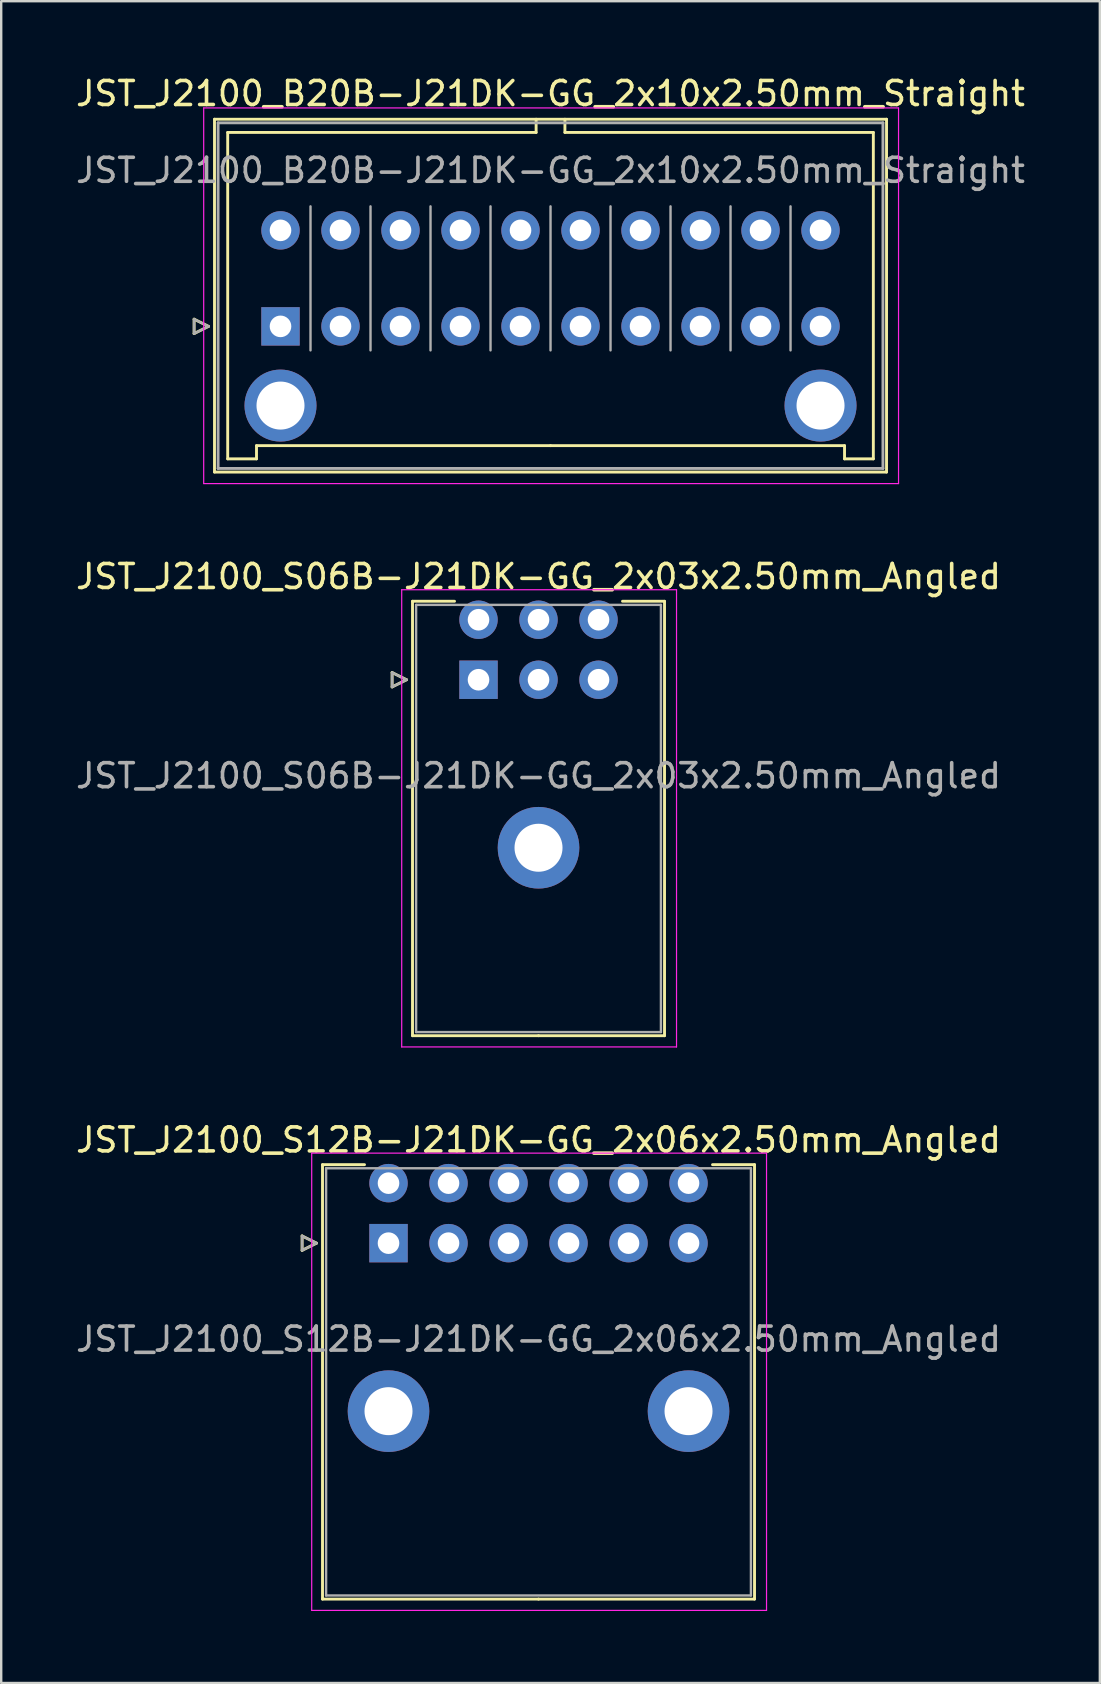
<source format=kicad_pcb>
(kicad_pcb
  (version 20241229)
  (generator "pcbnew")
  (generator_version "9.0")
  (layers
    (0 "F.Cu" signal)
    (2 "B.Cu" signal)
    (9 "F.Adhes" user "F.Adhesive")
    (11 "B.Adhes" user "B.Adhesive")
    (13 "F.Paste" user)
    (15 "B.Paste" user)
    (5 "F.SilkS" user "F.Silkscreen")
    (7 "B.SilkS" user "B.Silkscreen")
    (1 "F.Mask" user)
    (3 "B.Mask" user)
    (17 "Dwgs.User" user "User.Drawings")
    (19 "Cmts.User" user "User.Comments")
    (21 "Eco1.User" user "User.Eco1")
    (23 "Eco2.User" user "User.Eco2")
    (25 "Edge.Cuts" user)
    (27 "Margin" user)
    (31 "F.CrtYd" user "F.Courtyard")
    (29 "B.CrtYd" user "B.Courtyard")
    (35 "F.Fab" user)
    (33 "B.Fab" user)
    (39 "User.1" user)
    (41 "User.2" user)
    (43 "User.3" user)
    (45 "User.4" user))
  (footprint "JST_J2100_B20B-J21DK-GG_2x10x2.50mm_Straight"
    (layer "F.Cu")
    (at 8.637 10.548)
    (property "Reference" "JST_J2100_B20B-J21DK-GG_2x10x2.50mm_Straight" (at 11.25 -9.7 0) (layer "F.SilkS") (effects (font (size 1 1) (thickness 0.15))))
    (attr through_hole)
    (fp_line (start -3.6 -0.3) (end -3 0) (stroke (width 0.12) (type solid)) (layer "F.SilkS"))
    (fp_line (start -3.6 0.3) (end -3.6 -0.3) (stroke (width 0.12) (type solid)) (layer "F.SilkS"))
    (fp_line (start -3 0) (end -3.6 0.3) (stroke (width 0.12) (type solid)) (layer "F.SilkS"))
    (fp_line (start -2.75 -8.63) (end -2.75 6.07) (stroke (width 0.12) (type solid)) (layer "F.SilkS"))
    (fp_line (start -2.75 6.07) (end 25.25 6.07) (stroke (width 0.12) (type solid)) (layer "F.SilkS"))
    (fp_line (start -2.2 -8.08) (end -2.2 5.52) (stroke (width 0.12) (type solid)) (layer "F.SilkS"))
    (fp_line (start -2.2 5.52) (end -1 5.52) (stroke (width 0.12) (type solid)) (layer "F.SilkS"))
    (fp_line (start -1 4.97) (end 11.25 4.97) (stroke (width 0.12) (type solid)) (layer "F.SilkS"))
    (fp_line (start -1 5.52) (end -1 4.97) (stroke (width 0.12) (type solid)) (layer "F.SilkS"))
    (fp_line (start 10.65 -8.63) (end 10.65 -8.08) (stroke (width 0.12) (type solid)) (layer "F.SilkS"))
    (fp_line (start 10.65 -8.08) (end -2.2 -8.08) (stroke (width 0.12) (type solid)) (layer "F.SilkS"))
    (fp_line (start 11.85 -8.63) (end 11.85 -8.08) (stroke (width 0.12) (type solid)) (layer "F.SilkS"))
    (fp_line (start 11.85 -8.08) (end 24.7 -8.08) (stroke (width 0.12) (type solid)) (layer "F.SilkS"))
    (fp_line (start 23.5 4.97) (end 11.25 4.97) (stroke (width 0.12) (type solid)) (layer "F.SilkS"))
    (fp_line (start 23.5 5.52) (end 23.5 4.97) (stroke (width 0.12) (type solid)) (layer "F.SilkS"))
    (fp_line (start 24.7 -8.08) (end 24.7 5.52) (stroke (width 0.12) (type solid)) (layer "F.SilkS"))
    (fp_line (start 24.7 5.52) (end 23.5 5.52) (stroke (width 0.12) (type solid)) (layer "F.SilkS"))
    (fp_line (start 25.25 -8.63) (end -2.75 -8.63) (stroke (width 0.12) (type solid)) (layer "F.SilkS"))
    (fp_line (start 25.25 6.07) (end 25.25 -8.63) (stroke (width 0.12) (type solid)) (layer "F.SilkS"))
    (fp_line (start -3.2 -9.1) (end -3.2 6.55) (stroke (width 0.05) (type solid)) (layer "F.CrtYd"))
    (fp_line (start -3.2 6.55) (end 25.75 6.55) (stroke (width 0.05) (type solid)) (layer "F.CrtYd"))
    (fp_line (start 25.75 -9.1) (end -3.2 -9.1) (stroke (width 0.05) (type solid)) (layer "F.CrtYd"))
    (fp_line (start 25.75 6.55) (end 25.75 -9.1) (stroke (width 0.05) (type solid)) (layer "F.CrtYd"))
    (fp_line (start -3.6 -0.3) (end -3 0) (stroke (width 0.1) (type solid)) (layer "F.Fab"))
    (fp_line (start -3.6 0.3) (end -3.6 -0.3) (stroke (width 0.1) (type solid)) (layer "F.Fab"))
    (fp_line (start -3 0) (end -3.6 0.3) (stroke (width 0.1) (type solid)) (layer "F.Fab"))
    (fp_line (start -2.6 -8.48) (end -2.6 5.92) (stroke (width 0.12) (type solid)) (layer "F.Fab"))
    (fp_line (start -2.6 5.92) (end 25.1 5.92) (stroke (width 0.12) (type solid)) (layer "F.Fab"))
    (fp_line (start 1.25 1) (end 1.25 -5) (stroke (width 0.1) (type solid)) (layer "F.Fab"))
    (fp_line (start 3.75 1) (end 3.75 -5) (stroke (width 0.1) (type solid)) (layer "F.Fab"))
    (fp_line (start 6.25 1) (end 6.25 -5) (stroke (width 0.1) (type solid)) (layer "F.Fab"))
    (fp_line (start 8.75 1) (end 8.75 -5) (stroke (width 0.1) (type solid)) (layer "F.Fab"))
    (fp_line (start 11.25 1) (end 11.25 -5) (stroke (width 0.1) (type solid)) (layer "F.Fab"))
    (fp_line (start 13.75 1) (end 13.75 -5) (stroke (width 0.1) (type solid)) (layer "F.Fab"))
    (fp_line (start 16.25 1) (end 16.25 -5) (stroke (width 0.1) (type solid)) (layer "F.Fab"))
    (fp_line (start 18.75 1) (end 18.75 -5) (stroke (width 0.1) (type solid)) (layer "F.Fab"))
    (fp_line (start 21.25 1) (end 21.25 -5) (stroke (width 0.1) (type solid)) (layer "F.Fab"))
    (fp_line (start 25.1 -8.48) (end -2.6 -8.48) (stroke (width 0.12) (type solid)) (layer "F.Fab"))
    (fp_line (start 25.1 5.92) (end 25.1 -8.48) (stroke (width 0.12) (type solid)) (layer "F.Fab"))
    (fp_text user "${REFERENCE}" (at 11.25 -6.5 0) (layer "F.Fab") (effects (font (size 1 1) (thickness 0.15))))
    (pad "" thru_hole circle (at 0 3.3) (size 3 3) (drill 2) (layers "*.Cu" "*.Mask"))
    (pad "" thru_hole circle (at 22.5 3.3) (size 3 3) (drill 2) (layers "*.Cu" "*.Mask"))
    (pad "1" thru_hole rect (at 0 0) (size 1.6 1.6) (drill 0.9) (layers "*.Cu" "*.Mask"))
    (pad "2" thru_hole circle (at 0 -4) (size 1.6 1.6) (drill 0.9) (layers "*.Cu" "*.Mask"))
    (pad "3" thru_hole circle (at 2.5 0) (size 1.6 1.6) (drill 0.9) (layers "*.Cu" "*.Mask"))
    (pad "4" thru_hole circle (at 2.5 -4) (size 1.6 1.6) (drill 0.9) (layers "*.Cu" "*.Mask"))
    (pad "5" thru_hole circle (at 5 0) (size 1.6 1.6) (drill 0.9) (layers "*.Cu" "*.Mask"))
    (pad "6" thru_hole circle (at 5 -4) (size 1.6 1.6) (drill 0.9) (layers "*.Cu" "*.Mask"))
    (pad "7" thru_hole circle (at 7.5 0) (size 1.6 1.6) (drill 0.9) (layers "*.Cu" "*.Mask"))
    (pad "8" thru_hole circle (at 7.5 -4) (size 1.6 1.6) (drill 0.9) (layers "*.Cu" "*.Mask"))
    (pad "9" thru_hole circle (at 10 0) (size 1.6 1.6) (drill 0.9) (layers "*.Cu" "*.Mask"))
    (pad "10" thru_hole circle (at 10 -4) (size 1.6 1.6) (drill 0.9) (layers "*.Cu" "*.Mask"))
    (pad "11" thru_hole circle (at 12.5 0) (size 1.6 1.6) (drill 0.9) (layers "*.Cu" "*.Mask"))
    (pad "12" thru_hole circle (at 12.5 -4) (size 1.6 1.6) (drill 0.9) (layers "*.Cu" "*.Mask"))
    (pad "13" thru_hole circle (at 15 0) (size 1.6 1.6) (drill 0.9) (layers "*.Cu" "*.Mask"))
    (pad "14" thru_hole circle (at 15 -4) (size 1.6 1.6) (drill 0.9) (layers "*.Cu" "*.Mask"))
    (pad "15" thru_hole circle (at 17.5 0) (size 1.6 1.6) (drill 0.9) (layers "*.Cu" "*.Mask"))
    (pad "16" thru_hole circle (at 17.5 -4) (size 1.6 1.6) (drill 0.9) (layers "*.Cu" "*.Mask"))
    (pad "17" thru_hole circle (at 20 0) (size 1.6 1.6) (drill 0.9) (layers "*.Cu" "*.Mask"))
    (pad "18" thru_hole circle (at 20 -4) (size 1.6 1.6) (drill 0.9) (layers "*.Cu" "*.Mask"))
    (pad "19" thru_hole circle (at 22.5 0) (size 1.6 1.6) (drill 0.9) (layers "*.Cu" "*.Mask"))
    (pad "20" thru_hole circle (at 22.5 -4) (size 1.6 1.6) (drill 0.9) (layers "*.Cu" "*.Mask")))
  (footprint "JST_J2100_S12B-J21DK-GG_2x06x2.50mm_Angled"
    (layer "F.Cu")
    (at 13.137 48.745)
    (property "Reference" "JST_J2100_S12B-J21DK-GG_2x06x2.50mm_Angled" (at 6.25 -4.3 0) (layer "F.SilkS") (effects (font (size 1 1) (thickness 0.15))))
    (attr through_hole)
    (fp_line (start -3.6 -0.3) (end -3 0) (stroke (width 0.12) (type solid)) (layer "F.SilkS"))
    (fp_line (start -3.6 0.3) (end -3.6 -0.3) (stroke (width 0.12) (type solid)) (layer "F.SilkS"))
    (fp_line (start -3 0) (end -3.6 0.3) (stroke (width 0.12) (type solid)) (layer "F.SilkS"))
    (fp_line (start -2.75 -3.27) (end -2.75 14.83) (stroke (width 0.12) (type solid)) (layer "F.SilkS"))
    (fp_line (start -2.75 14.83) (end 6.25 14.83) (stroke (width 0.12) (type solid)) (layer "F.SilkS"))
    (fp_line (start -1 -3.27) (end -2.75 -3.27) (stroke (width 0.12) (type solid)) (layer "F.SilkS"))
    (fp_line (start 13.5 -3.27) (end 15.25 -3.27) (stroke (width 0.12) (type solid)) (layer "F.SilkS"))
    (fp_line (start 15.25 -3.27) (end 15.25 14.83) (stroke (width 0.12) (type solid)) (layer "F.SilkS"))
    (fp_line (start 15.25 14.83) (end 6.25 14.83) (stroke (width 0.12) (type solid)) (layer "F.SilkS"))
    (fp_line (start -3.2 -3.75) (end -3.2 15.3) (stroke (width 0.05) (type solid)) (layer "F.CrtYd"))
    (fp_line (start -3.2 15.3) (end 15.75 15.3) (stroke (width 0.05) (type solid)) (layer "F.CrtYd"))
    (fp_line (start 15.75 -3.75) (end -3.2 -3.75) (stroke (width 0.05) (type solid)) (layer "F.CrtYd"))
    (fp_line (start 15.75 15.3) (end 15.75 -3.75) (stroke (width 0.05) (type solid)) (layer "F.CrtYd"))
    (fp_line (start -3.6 -0.3) (end -3 0) (stroke (width 0.1) (type solid)) (layer "F.Fab"))
    (fp_line (start -3.6 0.3) (end -3.6 -0.3) (stroke (width 0.1) (type solid)) (layer "F.Fab"))
    (fp_line (start -3 0) (end -3.6 0.3) (stroke (width 0.1) (type solid)) (layer "F.Fab"))
    (fp_line (start -2.6 -3.12) (end -2.6 14.68) (stroke (width 0.1) (type solid)) (layer "F.Fab"))
    (fp_line (start -2.6 14.68) (end 15.1 14.68) (stroke (width 0.1) (type solid)) (layer "F.Fab"))
    (fp_line (start 15.1 -3.12) (end -2.6 -3.12) (stroke (width 0.1) (type solid)) (layer "F.Fab"))
    (fp_line (start 15.1 14.68) (end 15.1 -3.12) (stroke (width 0.1) (type solid)) (layer "F.Fab"))
    (fp_text user "${REFERENCE}" (at 6.25 4 0) (layer "F.Fab") (effects (font (size 1 1) (thickness 0.15))))
    (pad "" thru_hole circle (at 0 7) (size 3.4 3.4) (drill 2) (layers "*.Cu" "*.Mask"))
    (pad "" thru_hole circle (at 12.5 7) (size 3.4 3.4) (drill 2) (layers "*.Cu" "*.Mask"))
    (pad "1" thru_hole rect (at 0 0) (size 1.6 1.6) (drill 0.9) (layers "*.Cu" "*.Mask"))
    (pad "2" thru_hole circle (at 0 -2.5) (size 1.6 1.6) (drill 0.9) (layers "*.Cu" "*.Mask"))
    (pad "3" thru_hole circle (at 2.5 0) (size 1.6 1.6) (drill 0.9) (layers "*.Cu" "*.Mask"))
    (pad "4" thru_hole circle (at 2.5 -2.5) (size 1.6 1.6) (drill 0.9) (layers "*.Cu" "*.Mask"))
    (pad "5" thru_hole circle (at 5 0) (size 1.6 1.6) (drill 0.9) (layers "*.Cu" "*.Mask"))
    (pad "6" thru_hole circle (at 5 -2.5) (size 1.6 1.6) (drill 0.9) (layers "*.Cu" "*.Mask"))
    (pad "7" thru_hole circle (at 7.5 0) (size 1.6 1.6) (drill 0.9) (layers "*.Cu" "*.Mask"))
    (pad "8" thru_hole circle (at 7.5 -2.5) (size 1.6 1.6) (drill 0.9) (layers "*.Cu" "*.Mask"))
    (pad "9" thru_hole circle (at 10 0) (size 1.6 1.6) (drill 0.9) (layers "*.Cu" "*.Mask"))
    (pad "10" thru_hole circle (at 10 -2.5) (size 1.6 1.6) (drill 0.9) (layers "*.Cu" "*.Mask"))
    (pad "11" thru_hole circle (at 12.5 0) (size 1.6 1.6) (drill 0.9) (layers "*.Cu" "*.Mask"))
    (pad "12" thru_hole circle (at 12.5 -2.5) (size 1.6 1.6) (drill 0.9) (layers "*.Cu" "*.Mask")))
  (footprint "JST_J2100_S06B-J21DK-GG_2x03x2.50mm_Angled"
    (layer "F.Cu")
    (at 16.887 25.271)
    (property "Reference" "JST_J2100_S06B-J21DK-GG_2x03x2.50mm_Angled" (at 2.5 -4.3 0) (layer "F.SilkS") (effects (font (size 1 1) (thickness 0.15))))
    (attr through_hole)
    (fp_line (start -3.6 -0.3) (end -3 0) (stroke (width 0.12) (type solid)) (layer "F.SilkS"))
    (fp_line (start -3.6 0.3) (end -3.6 -0.3) (stroke (width 0.12) (type solid)) (layer "F.SilkS"))
    (fp_line (start -3 0) (end -3.6 0.3) (stroke (width 0.12) (type solid)) (layer "F.SilkS"))
    (fp_line (start -2.75 -3.27) (end -2.75 14.83) (stroke (width 0.12) (type solid)) (layer "F.SilkS"))
    (fp_line (start -2.75 14.83) (end 2.5 14.83) (stroke (width 0.12) (type solid)) (layer "F.SilkS"))
    (fp_line (start -1 -3.27) (end -2.75 -3.27) (stroke (width 0.12) (type solid)) (layer "F.SilkS"))
    (fp_line (start 6 -3.27) (end 7.75 -3.27) (stroke (width 0.12) (type solid)) (layer "F.SilkS"))
    (fp_line (start 7.75 -3.27) (end 7.75 14.83) (stroke (width 0.12) (type solid)) (layer "F.SilkS"))
    (fp_line (start 7.75 14.83) (end 2.5 14.83) (stroke (width 0.12) (type solid)) (layer "F.SilkS"))
    (fp_line (start -3.2 -3.75) (end -3.2 15.3) (stroke (width 0.05) (type solid)) (layer "F.CrtYd"))
    (fp_line (start -3.2 15.3) (end 8.25 15.3) (stroke (width 0.05) (type solid)) (layer "F.CrtYd"))
    (fp_line (start 8.25 -3.75) (end -3.2 -3.75) (stroke (width 0.05) (type solid)) (layer "F.CrtYd"))
    (fp_line (start 8.25 15.3) (end 8.25 -3.75) (stroke (width 0.05) (type solid)) (layer "F.CrtYd"))
    (fp_line (start -3.6 -0.3) (end -3 0) (stroke (width 0.1) (type solid)) (layer "F.Fab"))
    (fp_line (start -3.6 0.3) (end -3.6 -0.3) (stroke (width 0.1) (type solid)) (layer "F.Fab"))
    (fp_line (start -3 0) (end -3.6 0.3) (stroke (width 0.1) (type solid)) (layer "F.Fab"))
    (fp_line (start -2.6 -3.12) (end -2.6 14.68) (stroke (width 0.1) (type solid)) (layer "F.Fab"))
    (fp_line (start -2.6 14.68) (end 7.6 14.68) (stroke (width 0.1) (type solid)) (layer "F.Fab"))
    (fp_line (start 7.6 -3.12) (end -2.6 -3.12) (stroke (width 0.1) (type solid)) (layer "F.Fab"))
    (fp_line (start 7.6 14.68) (end 7.6 -3.12) (stroke (width 0.1) (type solid)) (layer "F.Fab"))
    (fp_text user "${REFERENCE}" (at 2.5 4 0) (layer "F.Fab") (effects (font (size 1 1) (thickness 0.15))))
    (pad "" thru_hole circle (at 2.5 7) (size 3.4 3.4) (drill 2) (layers "*.Cu" "*.Mask"))
    (pad "1" thru_hole rect (at 0 0) (size 1.6 1.6) (drill 0.9) (layers "*.Cu" "*.Mask"))
    (pad "2" thru_hole circle (at 0 -2.5) (size 1.6 1.6) (drill 0.9) (layers "*.Cu" "*.Mask"))
    (pad "3" thru_hole circle (at 2.5 0) (size 1.6 1.6) (drill 0.9) (layers "*.Cu" "*.Mask"))
    (pad "4" thru_hole circle (at 2.5 -2.5) (size 1.6 1.6) (drill 0.9) (layers "*.Cu" "*.Mask"))
    (pad "5" thru_hole circle (at 5 0) (size 1.6 1.6) (drill 0.9) (layers "*.Cu" "*.Mask"))
    (pad "6" thru_hole circle (at 5 -2.5) (size 1.6 1.6) (drill 0.9) (layers "*.Cu" "*.Mask")))
  (gr_rect
    (start -3 -3)
    (end 42.774 67.07)
    (stroke (width 0.1) (type default))
    (fill no)
    (layer "Edge.Cuts")))
</source>
